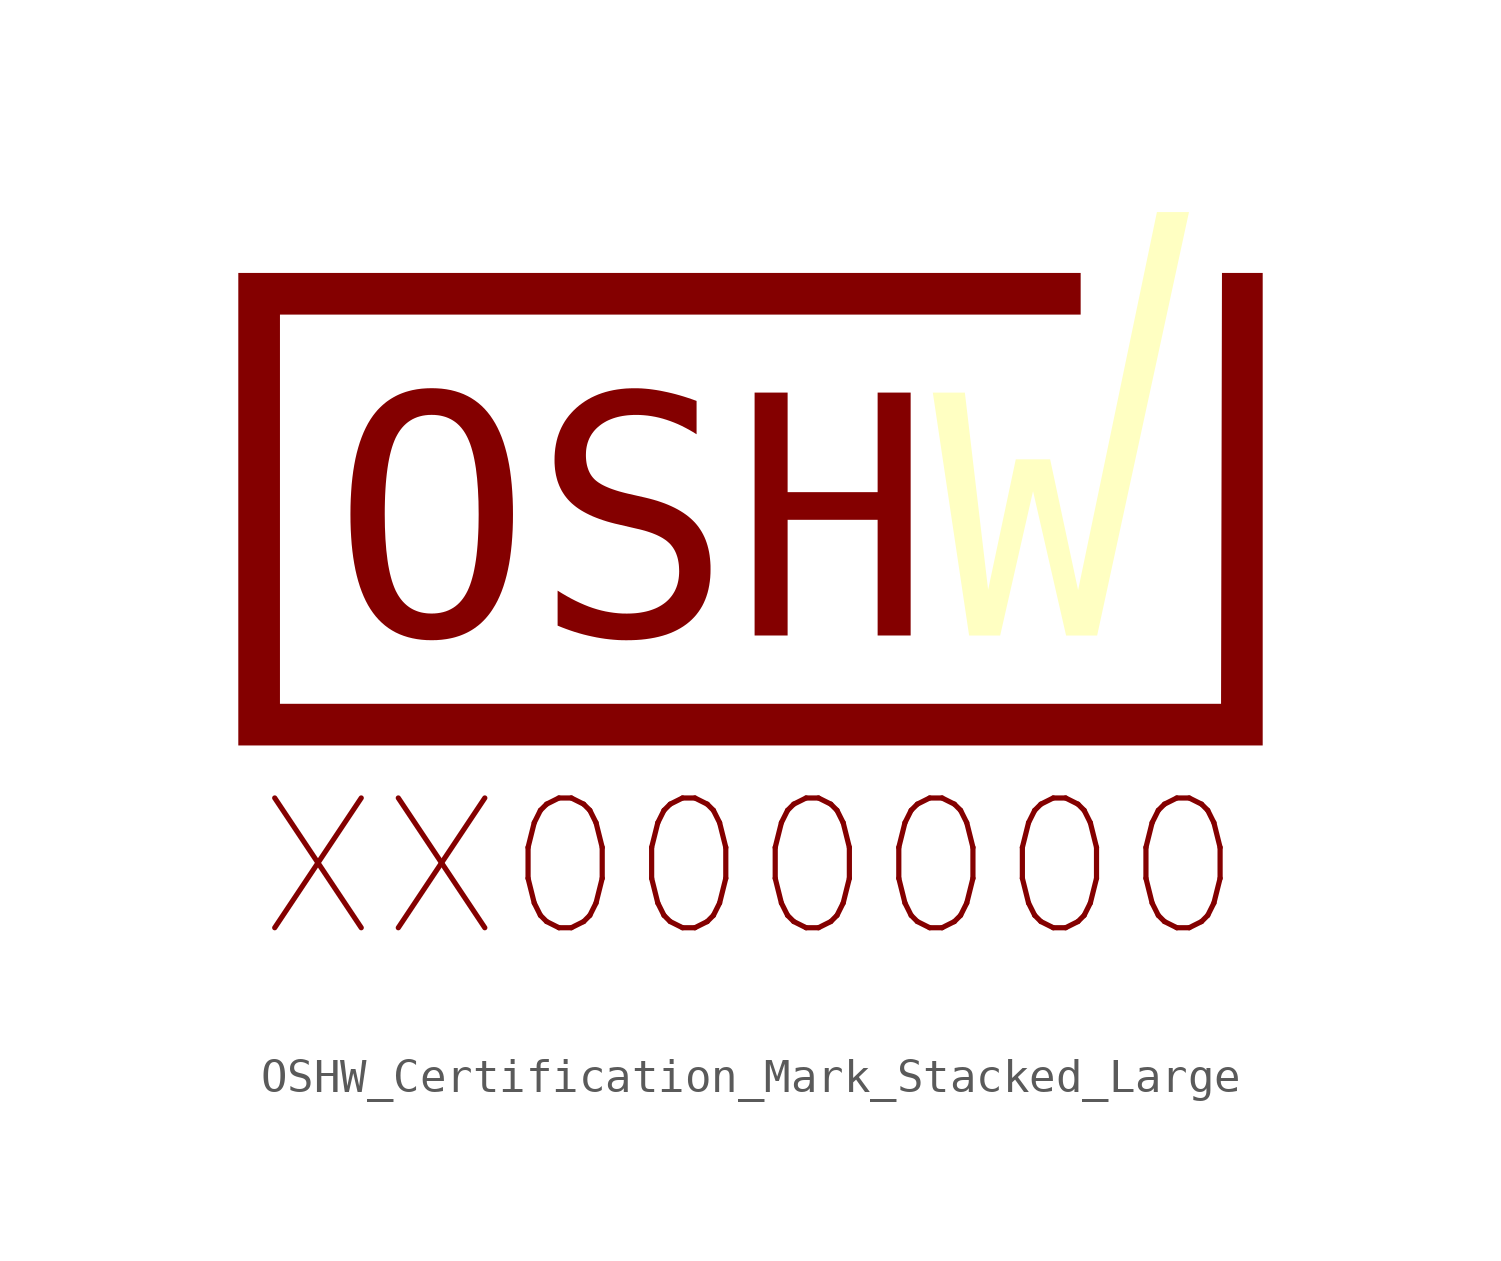
<source format=kicad_sym>
(kicad_symbol_lib
  (version 20220914)
  (generator kicad_symbol_editor)
  (symbol "OSHW_Certification_Mark_Stacked_Large"
    (property "Reference" "LOGO"
      (at 0 0 0)
      (effects (font (size 1.27 1.27)) hide))
    (symbol "OSHW_Certification_Mark_Stacked_Large_0_1"
      (polyline (pts (xy -6.956 -1.072) (xy -6.956 -1.072) (xy -6.956 -1.072)) (stroke (width -0.0001) (type default)) (fill (type background)))
      (polyline (pts (xy -1.579 2.248) (xy -1.579 2.248) (xy -1.579 2.248)) (stroke (width -0.0001) (type default)) (fill (type background)))
      (polyline (pts (xy 10.152 -4.622) (xy 9.242 -4.622) (xy 8.274 -0.396) (xy 7.312 -4.622) (xy 6.402 -4.622) (xy 5.339 2.492) (xy 6.278 2.492) (xy 6.959 -3.283) (xy 7.769 0.538) (xy 8.775 0.538) (xy 9.594 -3.293) (xy 11.902 7.778) (xy 12.841 7.778)) (stroke (width -0.0001) (type default)) (fill (type background))))
    (symbol "OSHW_Certification_Mark_Stacked_Large_1_1"
      (polyline (pts (xy 15 -7.843) (xy -15 -7.843) (xy -15 5.995) (xy -15 5.995) (xy 9.669 5.995) (xy 9.669 4.775) (xy -13.78 4.775) (xy -13.78 -6.623) (xy 13.78 -6.623) (xy 13.807 5.995) (xy 15 5.995)) (stroke (width -0.0001) (type default)) (fill (type outline)))
      (polyline (pts (xy 1.087 -0.424) (xy 3.723 -0.424) (xy 3.723 2.492) (xy 4.69 2.492) (xy 4.69 -4.622) (xy 3.723 -4.622) (xy 3.723 -1.234) (xy 1.087 -1.234) (xy 1.087 -4.622) (xy 0.12 -4.622) (xy 0.12 2.492) (xy 1.087 2.492)) (stroke (width -0.0001) (type default)) (fill (type outline)))
      (polyline (pts (xy -9.19 2.617) (xy -9.047 2.607) (xy -8.908 2.589) (xy -8.774 2.564) (xy -8.645 2.531) (xy -8.521 2.492) (xy -8.402 2.446) (xy -8.288 2.392) (xy -8.178 2.331) (xy -8.073 2.263) (xy -7.973 2.188) (xy -7.878 2.106) (xy -7.788 2.017) (xy -7.703 1.92) (xy -7.622 1.817) (xy -7.547 1.706) (xy -7.475 1.588) (xy -7.408 1.462) (xy -7.346 1.329) (xy -7.288 1.189) (xy -7.235 1.042) (xy -7.187 0.886) (xy -7.143 0.724) (xy -7.104 0.554) (xy -7.069 0.377) (xy -7.039 0.192) (xy -7.014 -0.0003) (xy -6.993 -0.2) (xy -6.977 -0.407) (xy -6.965 -0.621) (xy -6.958 -0.843) (xy -6.956 -1.072) (xy -6.958 -1.301) (xy -6.965 -1.522) (xy -6.977 -1.736) (xy -6.993 -1.942) (xy -7.014 -2.141) (xy -7.039 -2.333) (xy -7.069 -2.518) (xy -7.104 -2.695) (xy -7.143 -2.864) (xy -7.187 -3.026) (xy -7.235 -3.181) (xy -7.288 -3.329) (xy -7.346 -3.469) (xy -7.408 -3.602) (xy -7.475 -3.727) (xy -7.547 -3.845) (xy -7.584 -3.902) (xy -7.622 -3.956) (xy -7.662 -4.009) (xy -7.703 -4.06) (xy -7.745 -4.109) (xy -7.788 -4.156) (xy -7.833 -4.202) (xy -7.878 -4.246) (xy -7.925 -4.288) (xy -7.973 -4.328) (xy -8.023 -4.366) (xy -8.073 -4.403) (xy -8.125 -4.438) (xy -8.178 -4.471) (xy -8.232 -4.502) (xy -8.288 -4.532) (xy -8.344 -4.559) (xy -8.402 -4.585) (xy -8.461 -4.609) (xy -8.521 -4.632) (xy -8.583 -4.652) (xy -8.645 -4.671) (xy -8.709 -4.688) (xy -8.774 -4.703) (xy -8.841 -4.716) (xy -8.908 -4.728) (xy -9.047 -4.746) (xy -9.19 -4.757) (xy -9.338 -4.76) (xy -9.487 -4.757) (xy -9.63 -4.746) (xy -9.769 -4.728) (xy -9.902 -4.703) (xy -10.031 -4.671) (xy -10.155 -4.632) (xy -10.275 -4.586) (xy -10.389 -4.533) (xy -10.499 -4.472) (xy -10.603 -4.405) (xy -10.703 -4.33) (xy -10.798 -4.248) (xy -10.889 -4.159) (xy -10.974 -4.063) (xy -11.054 -3.96) (xy -11.13 -3.85) (xy -11.201 -3.733) (xy -11.267 -3.608) (xy -11.329 -3.475) (xy -11.386 -3.335) (xy -11.439 -3.188) (xy -11.487 -3.033) (xy -11.531 -2.87) (xy -11.57 -2.7) (xy -11.604 -2.523) (xy -11.634 -2.338) (xy -11.659 -2.146) (xy -11.68 -1.946) (xy -11.695 -1.739) (xy -11.707 -1.524) (xy -11.714 -1.302) (xy -11.716 -1.072) (xy -10.711 -1.072) (xy -10.706 -1.449) (xy -10.691 -1.798) (xy -10.666 -2.119) (xy -10.631 -2.412) (xy -10.61 -2.549) (xy -10.586 -2.678) (xy -10.56 -2.8) (xy -10.531 -2.915) (xy -10.5 -3.024) (xy -10.466 -3.125) (xy -10.43 -3.219) (xy -10.392 -3.307) (xy -10.349 -3.388) (xy -10.327 -3.427) (xy -10.304 -3.464) (xy -10.28 -3.5) (xy -10.256 -3.535) (xy -10.23 -3.569) (xy -10.204 -3.601) (xy -10.177 -3.632) (xy -10.149 -3.661) (xy -10.121 -3.689) (xy -10.091 -3.716) (xy -10.061 -3.742) (xy -10.03 -3.766) (xy -9.999 -3.789) (xy -9.966 -3.811) (xy -9.933 -3.831) (xy -9.899 -3.85) (xy -9.864 -3.868) (xy -9.828 -3.884) (xy -9.792 -3.899) (xy -9.755 -3.913) (xy -9.716 -3.926) (xy -9.678 -3.937) (xy -9.638 -3.947) (xy -9.598 -3.955) (xy -9.556 -3.962) (xy -9.514 -3.968) (xy -9.472 -3.973) (xy -9.428 -3.976) (xy -9.338 -3.979) (xy -9.248 -3.976) (xy -9.161 -3.968) (xy -9.078 -3.955) (xy -8.997 -3.937) (xy -8.92 -3.914) (xy -8.846 -3.885) (xy -8.776 -3.851) (xy -8.708 -3.812) (xy -8.644 -3.768) (xy -8.583 -3.718) (xy -8.525 -3.663) (xy -8.471 -3.603) (xy -8.42 -3.538) (xy -8.372 -3.468) (xy -8.327 -3.392) (xy -8.285 -3.312) (xy -8.246 -3.224) (xy -8.209 -3.13) (xy -8.175 -3.028) (xy -8.144 -2.92) (xy -8.114 -2.804) (xy -8.088 -2.682) (xy -8.064 -2.552) (xy -8.042 -2.416) (xy -8.023 -2.272) (xy -8.007 -2.122) (xy -7.993 -1.964) (xy -7.982 -1.8) (xy -7.973 -1.628) (xy -7.966 -1.45) (xy -7.963 -1.264) (xy -7.961 -1.072) (xy -7.966 -0.694) (xy -7.982 -0.344) (xy -8.007 -0.022) (xy -8.042 0.272) (xy -8.064 0.408) (xy -8.088 0.538) (xy -8.114 0.66) (xy -8.144 0.776) (xy -8.175 0.884) (xy -8.209 0.986) (xy -8.246 1.08) (xy -8.285 1.167) (xy -8.327 1.249) (xy -8.349 1.288) (xy -8.372 1.325) (xy -8.395 1.361) (xy -8.42 1.396) (xy -8.445 1.429) (xy -8.471 1.462) (xy -8.498 1.492) (xy -8.525 1.522) (xy -8.554 1.55) (xy -8.583 1.577) (xy -8.613 1.603) (xy -8.644 1.627) (xy -8.676 1.65) (xy -8.708 1.671) (xy -8.742 1.692) (xy -8.776 1.711) (xy -8.811 1.728) (xy -8.846 1.745) (xy -8.883 1.76) (xy -8.92 1.774) (xy -8.958 1.786) (xy -8.997 1.797) (xy -9.037 1.807) (xy -9.078 1.816) (xy -9.119 1.823) (xy -9.161 1.829) (xy -9.204 1.833) (xy -9.248 1.837) (xy -9.338 1.839) (xy -9.428 1.837) (xy -9.514 1.829) (xy -9.598 1.816) (xy -9.678 1.797) (xy -9.755 1.774) (xy -9.828 1.745) (xy -9.899 1.711) (xy -9.966 1.671) (xy -10.03 1.627) (xy -10.091 1.577) (xy -10.149 1.522) (xy -10.204 1.462) (xy -10.256 1.396) (xy -10.304 1.325) (xy -10.349 1.249) (xy -10.392 1.167) (xy -10.43 1.08) (xy -10.466 0.986) (xy -10.5 0.884) (xy -10.531 0.776) (xy -10.56 0.66) (xy -10.586 0.538) (xy -10.61 0.408) (xy -10.631 0.272) (xy -10.65 0.128) (xy -10.666 -0.022) (xy -10.68 -0.18) (xy -10.691 -0.344) (xy -10.7 -0.516) (xy -10.706 -0.694) (xy -10.71 -0.88) (xy -10.711 -1.072) (xy -11.716 -1.072) (xy -11.716 -1.072) (xy -11.714 -0.843) (xy -11.707 -0.621) (xy -11.695 -0.407) (xy -11.68 -0.2) (xy -11.659 -0.0003) (xy -11.634 0.192) (xy -11.604 0.377) (xy -11.57 0.554) (xy -11.531 0.724) (xy -11.487 0.886) (xy -11.439 1.042) (xy -11.386 1.189) (xy -11.329 1.329) (xy -11.267 1.462) (xy -11.201 1.588) (xy -11.13 1.706) (xy -11.092 1.762) (xy -11.054 1.817) (xy -11.014 1.869) (xy -10.973 1.92) (xy -10.931 1.97) (xy -10.887 2.017) (xy -10.842 2.062) (xy -10.796 2.106) (xy -10.749 2.148) (xy -10.701 2.188) (xy -10.652 2.227) (xy -10.601 2.263) (xy -10.549 2.298) (xy -10.496 2.331) (xy -10.442 2.363) (xy -10.387 2.392) (xy -10.33 2.42) (xy -10.272 2.446) (xy -10.213 2.47) (xy -10.153 2.492) (xy -10.092 2.513) (xy -10.029 2.531) (xy -9.966 2.548) (xy -9.901 2.564) (xy -9.767 2.589) (xy -9.629 2.607) (xy -9.486 2.617) (xy -9.338 2.621)) (stroke (width -0.0001) (type default)) (fill (type outline)))
      (polyline (pts (xy -3.292 2.618) (xy -3.187 2.614) (xy -3.082 2.606) (xy -2.974 2.596) (xy -2.866 2.582) (xy -2.756 2.566) (xy -2.645 2.547) (xy -2.533 2.524) (xy -2.419 2.5) (xy -2.303 2.473) (xy -2.186 2.443) (xy -2.068 2.41) (xy -1.948 2.374) (xy -1.827 2.335) (xy -1.704 2.293) (xy -1.579 2.248) (xy -1.579 1.271) (xy -1.689 1.339) (xy -1.799 1.403) (xy -1.909 1.462) (xy -2.019 1.518) (xy -2.129 1.569) (xy -2.24 1.615) (xy -2.35 1.657) (xy -2.461 1.695) (xy -2.571 1.729) (xy -2.681 1.758) (xy -2.791 1.782) (xy -2.902 1.802) (xy -3.013 1.818) (xy -3.124 1.829) (xy -3.236 1.836) (xy -3.347 1.838) (xy -3.431 1.837) (xy -3.513 1.833) (xy -3.593 1.827) (xy -3.67 1.818) (xy -3.745 1.807) (xy -3.818 1.793) (xy -3.889 1.777) (xy -3.957 1.758) (xy -4.023 1.737) (xy -4.087 1.713) (xy -4.149 1.687) (xy -4.209 1.659) (xy -4.266 1.627) (xy -4.321 1.594) (xy -4.374 1.558) (xy -4.424 1.519) (xy -4.472 1.479) (xy -4.517 1.437) (xy -4.559 1.393) (xy -4.597 1.348) (xy -4.633 1.3) (xy -4.665 1.252) (xy -4.694 1.201) (xy -4.721 1.148) (xy -4.744 1.094) (xy -4.764 1.038) (xy -4.781 0.981) (xy -4.795 0.921) (xy -4.806 0.86) (xy -4.814 0.797) (xy -4.818 0.732) (xy -4.82 0.666) (xy -4.819 0.608) (xy -4.816 0.551) (xy -4.811 0.497) (xy -4.804 0.444) (xy -4.795 0.393) (xy -4.784 0.344) (xy -4.77 0.296) (xy -4.755 0.25) (xy -4.738 0.206) (xy -4.719 0.164) (xy -4.698 0.123) (xy -4.675 0.084) (xy -4.65 0.047) (xy -4.623 0.012) (xy -4.593 -0.022) (xy -4.562 -0.054) (xy -4.528 -0.084) (xy -4.49 -0.114) (xy -4.448 -0.144) (xy -4.403 -0.172) (xy -4.355 -0.201) (xy -4.303 -0.228) (xy -4.247 -0.255) (xy -4.188 -0.281) (xy -4.126 -0.307) (xy -4.06 -0.332) (xy -3.99 -0.356) (xy -3.917 -0.38) (xy -3.841 -0.403) (xy -3.761 -0.425) (xy -3.677 -0.447) (xy -3.59 -0.468) (xy -3.085 -0.583) (xy -2.962 -0.613) (xy -2.844 -0.645) (xy -2.729 -0.679) (xy -2.619 -0.716) (xy -2.513 -0.754) (xy -2.411 -0.795) (xy -2.314 -0.838) (xy -2.22 -0.883) (xy -2.131 -0.93) (xy -2.047 -0.979) (xy -1.966 -1.03) (xy -1.89 -1.083) (xy -1.818 -1.138) (xy -1.75 -1.196) (xy -1.687 -1.255) (xy -1.627 -1.316) (xy -1.572 -1.38) (xy -1.52 -1.447) (xy -1.472 -1.517) (xy -1.427 -1.589) (xy -1.386 -1.664) (xy -1.348 -1.742) (xy -1.314 -1.823) (xy -1.284 -1.907) (xy -1.257 -1.994) (xy -1.234 -2.083) (xy -1.214 -2.175) (xy -1.198 -2.271) (xy -1.186 -2.369) (xy -1.177 -2.469) (xy -1.171 -2.573) (xy -1.17 -2.679) (xy -1.172 -2.804) (xy -1.179 -2.925) (xy -1.192 -3.043) (xy -1.209 -3.156) (xy -1.231 -3.267) (xy -1.258 -3.373) (xy -1.29 -3.475) (xy -1.327 -3.574) (xy -1.369 -3.669) (xy -1.415 -3.76) (xy -1.467 -3.847) (xy -1.524 -3.931) (xy -1.585 -4.011) (xy -1.651 -4.087) (xy -1.722 -4.159) (xy -1.799 -4.228) (xy -1.879 -4.292) (xy -1.965 -4.353) (xy -2.055 -4.409) (xy -2.149 -4.461) (xy -2.248 -4.509) (xy -2.351 -4.553) (xy -2.458 -4.593) (xy -2.571 -4.628) (xy -2.687 -4.659) (xy -2.808 -4.686) (xy -2.934 -4.709) (xy -3.064 -4.728) (xy -3.198 -4.743) (xy -3.337 -4.753) (xy -3.481 -4.759) (xy -3.628 -4.761) (xy -3.754 -4.76) (xy -3.879 -4.755) (xy -4.004 -4.746) (xy -4.13 -4.734) (xy -4.256 -4.719) (xy -4.382 -4.7) (xy -4.508 -4.678) (xy -4.634 -4.652) (xy -4.76 -4.624) (xy -4.887 -4.593) (xy -5.013 -4.558) (xy -5.14 -4.52) (xy -5.267 -4.478) (xy -5.394 -4.433) (xy -5.521 -4.385) (xy -5.649 -4.333) (xy -5.649 -3.308) (xy -5.513 -3.392) (xy -5.379 -3.47) (xy -5.247 -3.543) (xy -5.116 -3.61) (xy -4.988 -3.67) (xy -4.862 -3.725) (xy -4.737 -3.775) (xy -4.615 -3.818) (xy -4.492 -3.856) (xy -4.369 -3.889) (xy -4.246 -3.917) (xy -4.123 -3.939) (xy -3.999 -3.957) (xy -3.876 -3.97) (xy -3.752 -3.978) (xy -3.628 -3.98) (xy -3.539 -3.979) (xy -3.451 -3.975) (xy -3.366 -3.969) (xy -3.284 -3.96) (xy -3.204 -3.948) (xy -3.127 -3.934) (xy -3.053 -3.918) (xy -2.98 -3.899) (xy -2.911 -3.877) (xy -2.844 -3.853) (xy -2.779 -3.827) (xy -2.717 -3.798) (xy -2.658 -3.766) (xy -2.601 -3.732) (xy -2.546 -3.695) (xy -2.494 -3.656) (xy -2.445 -3.614) (xy -2.399 -3.57) (xy -2.357 -3.524) (xy -2.317 -3.475) (xy -2.281 -3.425) (xy -2.248 -3.373) (xy -2.217 -3.319) (xy -2.191 -3.263) (xy -2.167 -3.205) (xy -2.146 -3.144) (xy -2.129 -3.082) (xy -2.115 -3.018) (xy -2.104 -2.952) (xy -2.096 -2.884) (xy -2.091 -2.813) (xy -2.089 -2.741) (xy -2.091 -2.675) (xy -2.094 -2.612) (xy -2.099 -2.55) (xy -2.107 -2.49) (xy -2.117 -2.432) (xy -2.129 -2.376) (xy -2.143 -2.322) (xy -2.16 -2.271) (xy -2.178 -2.221) (xy -2.199 -2.173) (xy -2.222 -2.127) (xy -2.248 -2.083) (xy -2.275 -2.041) (xy -2.305 -2.001) (xy -2.336 -1.962) (xy -2.37 -1.926) (xy -2.407 -1.892) (xy -2.446 -1.858) (xy -2.489 -1.825) (xy -2.535 -1.794) (xy -2.584 -1.763) (xy -2.636 -1.734) (xy -2.692 -1.705) (xy -2.751 -1.677) (xy -2.813 -1.651) (xy -2.878 -1.625) (xy -2.946 -1.601) (xy -3.018 -1.577) (xy -3.093 -1.554) (xy -3.171 -1.533) (xy -3.253 -1.512) (xy -3.338 -1.493) (xy -3.852 -1.373) (xy -3.974 -1.345) (xy -4.092 -1.314) (xy -4.205 -1.282) (xy -4.314 -1.247) (xy -4.419 -1.211) (xy -4.519 -1.173) (xy -4.616 -1.134) (xy -4.708 -1.092) (xy -4.795 -1.049) (xy -4.879 -1.004) (xy -4.958 -0.958) (xy -5.034 -0.909) (xy -5.104 -0.859) (xy -5.171 -0.806) (xy -5.233 -0.753) (xy -5.291 -0.697) (xy -5.346 -0.639) (xy -5.396 -0.579) (xy -5.444 -0.516) (xy -5.487 -0.451) (xy -5.528 -0.384) (xy -5.564 -0.314) (xy -5.598 -0.241) (xy -5.627 -0.167) (xy -5.654 -0.09) (xy -5.676 -0.01) (xy -5.696 0.072) (xy -5.711 0.156) (xy -5.724 0.243) (xy -5.732 0.332) (xy -5.738 0.424) (xy -5.739 0.518) (xy -5.737 0.636) (xy -5.729 0.75) (xy -5.717 0.862) (xy -5.699 0.971) (xy -5.677 1.077) (xy -5.65 1.179) (xy -5.617 1.279) (xy -5.58 1.376) (xy -5.537 1.47) (xy -5.49 1.56) (xy -5.438 1.648) (xy -5.38 1.733) (xy -5.318 1.815) (xy -5.25 1.894) (xy -5.178 1.97) (xy -5.101 2.043) (xy -5.019 2.113) (xy -4.933 2.178) (xy -4.845 2.239) (xy -4.753 2.295) (xy -4.658 2.347) (xy -4.559 2.394) (xy -4.458 2.437) (xy -4.353 2.475) (xy -4.244 2.509) (xy -4.133 2.538) (xy -4.018 2.563) (xy -3.9 2.583) (xy -3.779 2.599) (xy -3.654 2.611) (xy -3.526 2.617) (xy -3.395 2.619)) (stroke (width -0.0001) (type default)) (fill (type outline)))
      (text "XX000000" (at 0 -11.43 0) (effects (font (size 3.8 3.8)))))))
</source>
